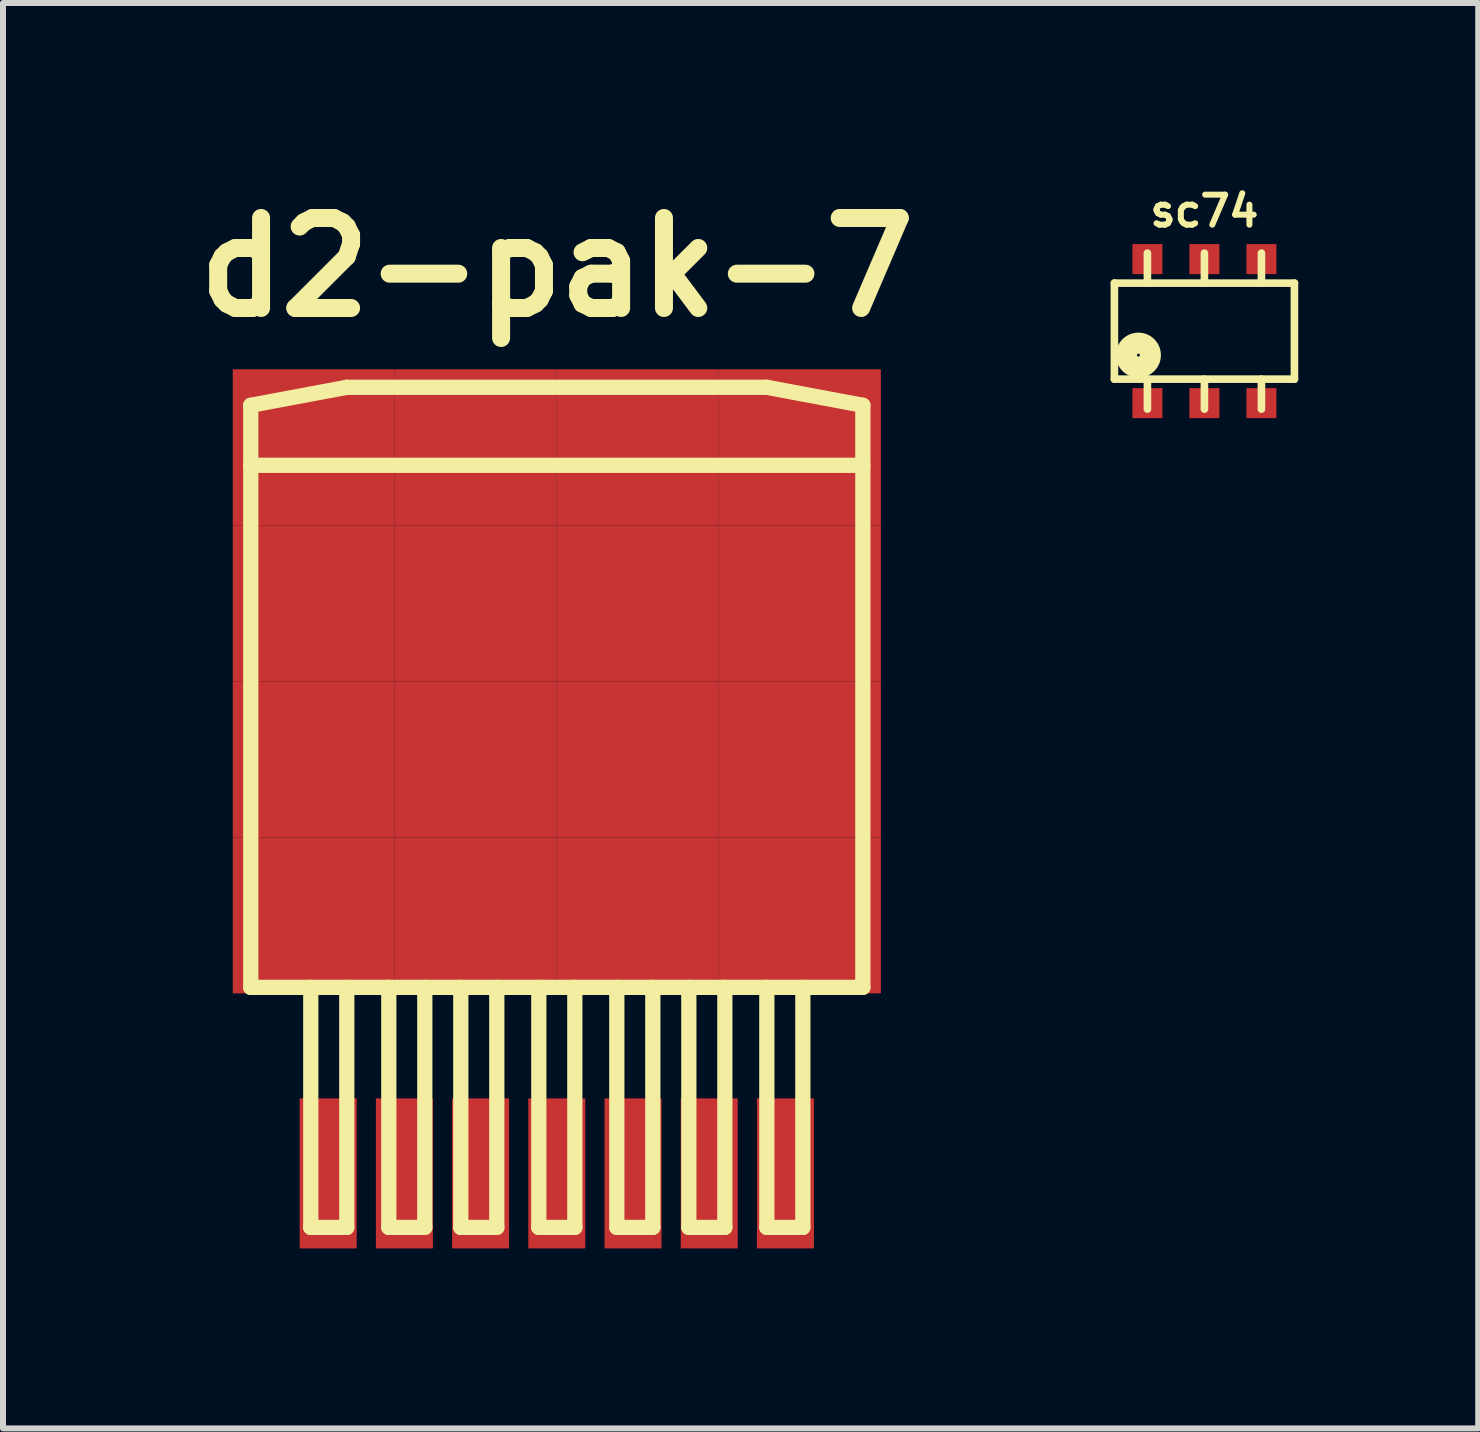
<source format=kicad_pcb>
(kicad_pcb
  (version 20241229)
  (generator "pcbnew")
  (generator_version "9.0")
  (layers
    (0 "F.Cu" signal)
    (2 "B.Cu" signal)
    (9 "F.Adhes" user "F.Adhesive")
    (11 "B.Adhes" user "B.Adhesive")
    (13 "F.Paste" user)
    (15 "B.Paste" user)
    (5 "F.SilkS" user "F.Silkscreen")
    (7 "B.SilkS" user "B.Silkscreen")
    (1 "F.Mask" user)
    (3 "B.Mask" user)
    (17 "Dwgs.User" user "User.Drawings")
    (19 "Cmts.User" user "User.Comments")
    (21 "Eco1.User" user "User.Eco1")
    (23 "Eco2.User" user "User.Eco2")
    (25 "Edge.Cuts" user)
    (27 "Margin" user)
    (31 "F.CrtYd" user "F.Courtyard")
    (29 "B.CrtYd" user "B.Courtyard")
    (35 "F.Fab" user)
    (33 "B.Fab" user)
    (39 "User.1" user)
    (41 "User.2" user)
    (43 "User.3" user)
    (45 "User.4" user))
  (footprint "sc74"
    (layer "F.Cu")
    (at 17.021 2.468)
    (property "Reference" "sc74" (at 0 -2 0) (layer "F.SilkS") (effects (font (size 0.5 0.5) (thickness 0.1))))
    (attr through_hole)
    (fp_line (start -1.5 -0.8) (end 1.5 -0.8) (stroke (width 0.127) (type solid)) (layer "F.SilkS"))
    (fp_line (start -1.5 0.8) (end -1.5 -0.8) (stroke (width 0.127) (type solid)) (layer "F.SilkS"))
    (fp_line (start -0.95 -0.8) (end -0.95 -1.3) (stroke (width 0.127) (type solid)) (layer "F.SilkS"))
    (fp_line (start -0.95 0.8) (end -0.95 1.3) (stroke (width 0.127) (type solid)) (layer "F.SilkS"))
    (fp_line (start 0 -0.8) (end 0 -1.3) (stroke (width 0.127) (type solid)) (layer "F.SilkS"))
    (fp_line (start 0 0.8) (end 0 1.3) (stroke (width 0.127) (type solid)) (layer "F.SilkS"))
    (fp_line (start 0.95 -0.8) (end 0.95 -1.3) (stroke (width 0.127) (type solid)) (layer "F.SilkS"))
    (fp_line (start 0.95 0.8) (end 0.95 1.3) (stroke (width 0.127) (type solid)) (layer "F.SilkS"))
    (fp_line (start 1.5 -0.8) (end 1.5 0.8) (stroke (width 0.127) (type solid)) (layer "F.SilkS"))
    (fp_line (start 1.5 0.8) (end -1.5 0.8) (stroke (width 0.127) (type solid)) (layer "F.SilkS"))
    (fp_circle (center -1.1 0.4) (end -1.1 0.1) (stroke (width 0.15) (type solid)) (fill no) (layer "F.SilkS"))
    (fp_circle (center -1.1 0.4) (end -1.1 0.2) (stroke (width 0.15) (type solid)) (fill no) (layer "F.SilkS"))
    (fp_circle (center -1.1 0.4) (end -1.1 0.3) (stroke (width 0.15) (type solid)) (fill no) (layer "F.SilkS"))
    (pad "1" smd rect (at -0.95 1.2) (size 0.5 0.5) (layers "F.Cu" "F.Mask" "F.Paste"))
    (pad "2" smd rect (at 0 1.2) (size 0.5 0.5) (layers "F.Cu" "F.Mask" "F.Paste"))
    (pad "3" smd rect (at 0.95 1.2) (size 0.5 0.5) (layers "F.Cu" "F.Mask" "F.Paste"))
    (pad "4" smd rect (at 0.95 -1.2) (size 0.5 0.5) (layers "F.Cu" "F.Mask" "F.Paste"))
    (pad "5" smd rect (at 0 -1.2) (size 0.5 0.5) (layers "F.Cu" "F.Mask" "F.Paste"))
    (pad "6" smd rect (at -0.95 -1.2) (size 0.5 0.5) (layers "F.Cu" "F.Mask" "F.Paste")))
  (footprint "d2-pak-7"
    (layer "F.Cu")
    (at 6.229 10.404)
    (property "Reference" "d2-pak-7" (at 0 -9 0) (layer "F.SilkS") (effects (font (size 1.5 1.5) (thickness 0.3))))
    (attr through_hole)
    (fp_line (start -5.1 -6.7) (end -5.1 3) (stroke (width 0.254) (type solid)) (layer "F.SilkS"))
    (fp_line (start -5.1 -5.7) (end 5.1 -5.7) (stroke (width 0.254) (type solid)) (layer "F.SilkS"))
    (fp_line (start -5.1 3) (end 5.1 3) (stroke (width 0.254) (type solid)) (layer "F.SilkS"))
    (fp_line (start -4.1 7) (end -4.1 3) (stroke (width 0.254) (type solid)) (layer "F.SilkS"))
    (fp_line (start -4.1 7) (end -3.5 7) (stroke (width 0.254) (type solid)) (layer "F.SilkS"))
    (fp_line (start -3.5 -7) (end -5.1 -6.7) (stroke (width 0.254) (type solid)) (layer "F.SilkS"))
    (fp_line (start -3.5 -7) (end 3.5 -7) (stroke (width 0.254) (type solid)) (layer "F.SilkS"))
    (fp_line (start -3.5 7) (end -3.5 3) (stroke (width 0.254) (type solid)) (layer "F.SilkS"))
    (fp_line (start -2.8 7) (end -2.8 3) (stroke (width 0.254) (type solid)) (layer "F.SilkS"))
    (fp_line (start -2.8 7) (end -2.2 7) (stroke (width 0.254) (type solid)) (layer "F.SilkS"))
    (fp_line (start -2.2 7) (end -2.2 3) (stroke (width 0.254) (type solid)) (layer "F.SilkS"))
    (fp_line (start -1.6 7) (end -1.6 3) (stroke (width 0.254) (type solid)) (layer "F.SilkS"))
    (fp_line (start -1.6 7) (end -1 7) (stroke (width 0.254) (type solid)) (layer "F.SilkS"))
    (fp_line (start -1 7) (end -1 3) (stroke (width 0.254) (type solid)) (layer "F.SilkS"))
    (fp_line (start -0.3 7) (end -0.3 3) (stroke (width 0.254) (type solid)) (layer "F.SilkS"))
    (fp_line (start -0.3 7) (end 0.3 7) (stroke (width 0.254) (type solid)) (layer "F.SilkS"))
    (fp_line (start 0.3 7) (end 0.3 3) (stroke (width 0.254) (type solid)) (layer "F.SilkS"))
    (fp_line (start 1 7) (end 1 3) (stroke (width 0.254) (type solid)) (layer "F.SilkS"))
    (fp_line (start 1 7) (end 1.6 7) (stroke (width 0.254) (type solid)) (layer "F.SilkS"))
    (fp_line (start 1.6 7) (end 1.6 3) (stroke (width 0.254) (type solid)) (layer "F.SilkS"))
    (fp_line (start 2.2 7) (end 2.2 3) (stroke (width 0.254) (type solid)) (layer "F.SilkS"))
    (fp_line (start 2.2 7) (end 2.8 7) (stroke (width 0.254) (type solid)) (layer "F.SilkS"))
    (fp_line (start 2.8 7) (end 2.8 3) (stroke (width 0.254) (type solid)) (layer "F.SilkS"))
    (fp_line (start 3.5 -7) (end 5.1 -6.7) (stroke (width 0.254) (type solid)) (layer "F.SilkS"))
    (fp_line (start 3.5 7) (end 3.5 3) (stroke (width 0.254) (type solid)) (layer "F.SilkS"))
    (fp_line (start 3.5 7) (end 4.1 7) (stroke (width 0.254) (type solid)) (layer "F.SilkS"))
    (fp_line (start 4.1 7) (end 4.1 3) (stroke (width 0.254) (type solid)) (layer "F.SilkS"))
    (fp_line (start 5.1 -6.7) (end 5.1 3) (stroke (width 0.254) (type solid)) (layer "F.SilkS"))
    (pad "1" smd rect (at -3.81 6.1) (size 0.95 2.5) (layers "F.Cu" "F.Mask" "F.Paste"))
    (pad "2" smd rect (at -2.54 6.1) (size 0.95 2.5) (layers "F.Cu" "F.Mask" "F.Paste"))
    (pad "3" smd rect (at -1.27 6.1) (size 0.95 2.5) (layers "F.Cu" "F.Mask" "F.Paste"))
    (pad "4" smd rect (at 0 6.1) (size 0.95 2.5) (layers "F.Cu" "F.Mask" "F.Paste"))
    (pad "5" smd rect (at 1.27 6.1) (size 0.95 2.5) (layers "F.Cu" "F.Mask" "F.Paste"))
    (pad "6" smd rect (at 2.54 6.1) (size 0.95 2.5) (layers "F.Cu" "F.Mask" "F.Paste"))
    (pad "7" smd rect (at 3.81 6.1) (size 0.95 2.5) (layers "F.Cu" "F.Mask" "F.Paste"))
    (pad "8" smd rect (at -4.05 -6) (size 2.7 2.6) (layers "F.Cu" "F.Mask" "F.Paste"))
    (pad "8" smd rect (at -4.05 -3.4) (size 2.7 2.6) (layers "F.Cu" "F.Mask" "F.Paste"))
    (pad "8" smd rect (at -4.05 -0.8) (size 2.7 2.6) (layers "F.Cu" "F.Mask" "F.Paste"))
    (pad "8" smd rect (at -4.05 1.8) (size 2.7 2.6) (layers "F.Cu" "F.Mask" "F.Paste"))
    (pad "8" smd rect (at -1.35 -6) (size 2.7 2.6) (layers "F.Cu" "F.Mask" "F.Paste"))
    (pad "8" smd rect (at -1.35 -3.4) (size 2.7 2.6) (layers "F.Cu" "F.Mask" "F.Paste"))
    (pad "8" smd rect (at -1.35 -0.8) (size 2.7 2.6) (layers "F.Cu" "F.Mask" "F.Paste"))
    (pad "8" smd rect (at -1.35 1.8) (size 2.7 2.6) (layers "F.Cu" "F.Mask" "F.Paste"))
    (pad "8" smd rect (at 1.35 -6) (size 2.7 2.6) (layers "F.Cu" "F.Mask" "F.Paste"))
    (pad "8" smd rect (at 1.35 -3.4) (size 2.7 2.6) (layers "F.Cu" "F.Mask" "F.Paste"))
    (pad "8" smd rect (at 1.35 -0.8) (size 2.7 2.6) (layers "F.Cu" "F.Mask" "F.Paste"))
    (pad "8" smd rect (at 1.35 1.8) (size 2.7 2.6) (layers "F.Cu" "F.Mask" "F.Paste"))
    (pad "8" smd rect (at 4.05 -6) (size 2.7 2.6) (layers "F.Cu" "F.Mask" "F.Paste"))
    (pad "8" smd rect (at 4.05 -3.4) (size 2.7 2.6) (layers "F.Cu" "F.Mask" "F.Paste"))
    (pad "8" smd rect (at 4.05 -0.8) (size 2.7 2.6) (layers "F.Cu" "F.Mask" "F.Paste"))
    (pad "8" smd rect (at 4.05 1.8) (size 2.7 2.6) (layers "F.Cu" "F.Mask" "F.Paste")))
  (gr_rect
    (start -3 -3)
    (end 21.584 20.754)
    (stroke (width 0.1) (type default))
    (fill no)
    (layer "Edge.Cuts")))
</source>
